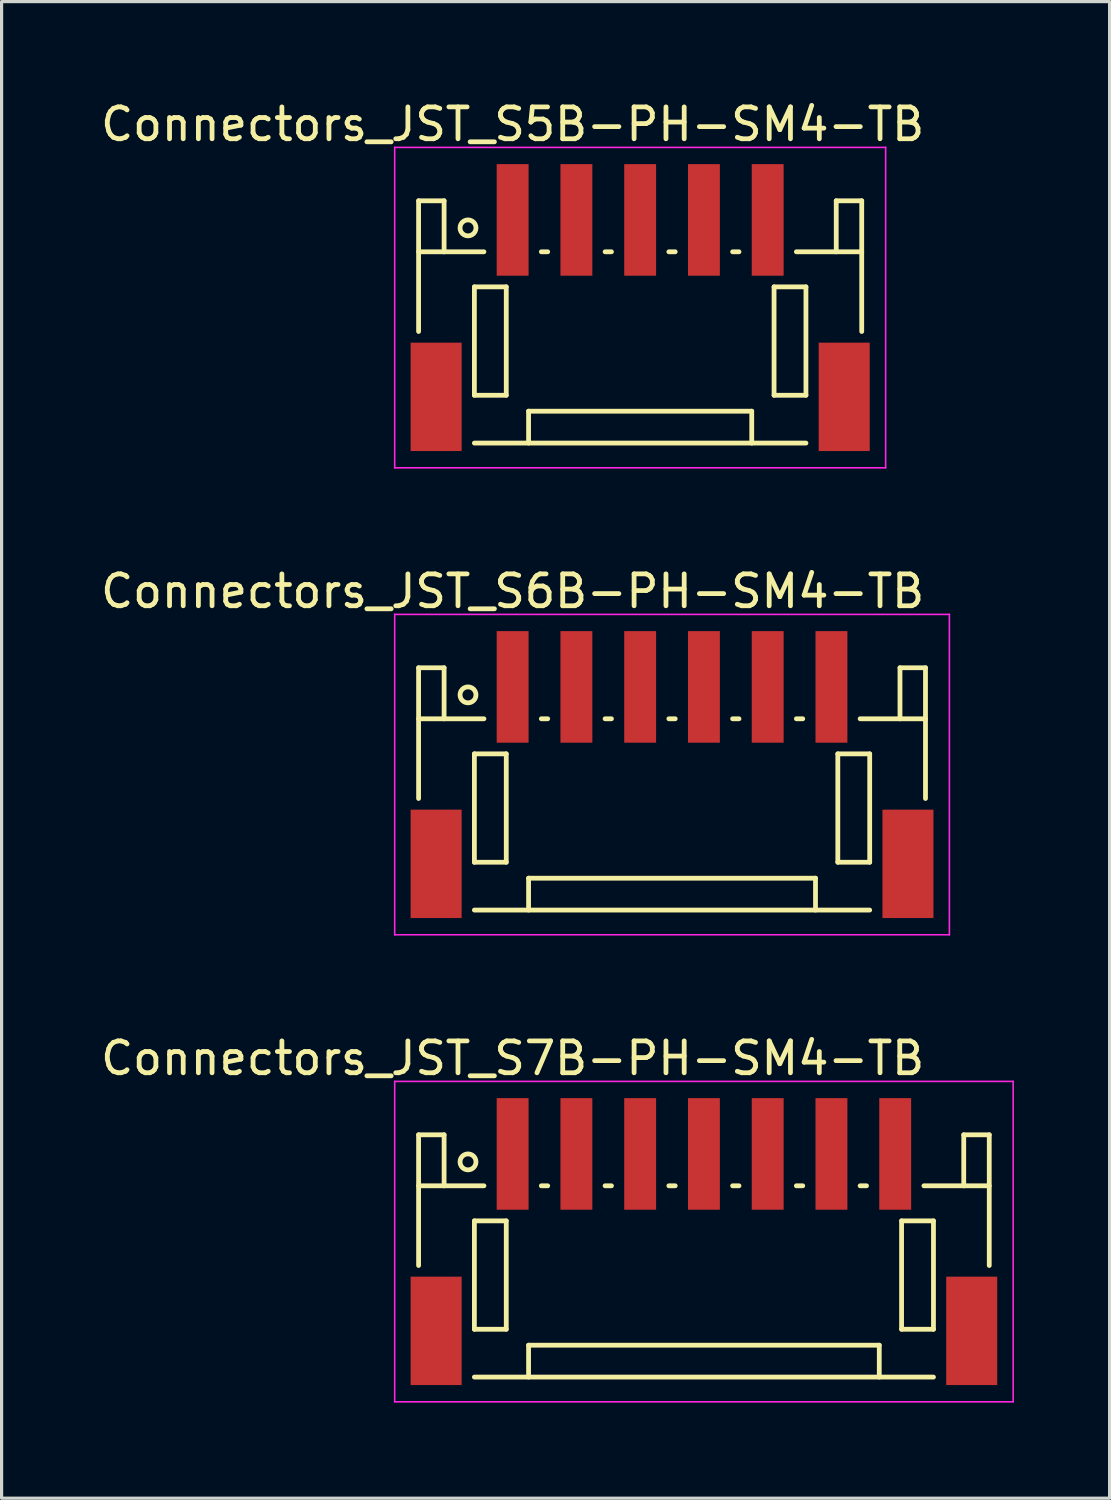
<source format=kicad_pcb>
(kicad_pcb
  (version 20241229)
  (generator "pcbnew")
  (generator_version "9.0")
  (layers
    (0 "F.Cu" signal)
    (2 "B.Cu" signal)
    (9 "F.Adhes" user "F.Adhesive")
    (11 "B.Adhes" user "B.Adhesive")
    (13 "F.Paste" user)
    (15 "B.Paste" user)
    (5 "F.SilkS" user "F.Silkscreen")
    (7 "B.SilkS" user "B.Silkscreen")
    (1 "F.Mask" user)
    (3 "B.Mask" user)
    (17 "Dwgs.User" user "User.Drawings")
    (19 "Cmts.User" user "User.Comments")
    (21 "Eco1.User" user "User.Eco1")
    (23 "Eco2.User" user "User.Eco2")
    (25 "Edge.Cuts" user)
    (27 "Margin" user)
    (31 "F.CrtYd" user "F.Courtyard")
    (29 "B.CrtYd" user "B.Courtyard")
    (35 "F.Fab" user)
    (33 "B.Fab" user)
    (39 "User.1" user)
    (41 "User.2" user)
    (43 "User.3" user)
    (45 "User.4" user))
  (footprint "Connectors_JST_S7B-PH-SM4-TB"
    (layer "F.Cu")
    (at 19.03 35.92)
    (property "Reference" "Connectors_JST_S7B-PH-SM4-TB" (at -6 -5.775 0) (layer "F.SilkS") (effects (font (size 1 1) (thickness 0.15))))
    (attr smd)
    (fp_line (start -8.95 -3.375) (end -8.95 0.725) (stroke (width 0.15) (type solid)) (layer "F.SilkS"))
    (fp_line (start -8.15 -3.375) (end -8.95 -3.375) (stroke (width 0.15) (type solid)) (layer "F.SilkS"))
    (fp_line (start -8.15 -1.775) (end -8.95 -1.775) (stroke (width 0.15) (type solid)) (layer "F.SilkS"))
    (fp_line (start -8.15 -1.775) (end -8.15 -3.375) (stroke (width 0.15) (type solid)) (layer "F.SilkS"))
    (fp_line (start -7.2 -0.675) (end -7.2 2.725) (stroke (width 0.15) (type solid)) (layer "F.SilkS"))
    (fp_line (start -7.2 2.725) (end -6.2 2.725) (stroke (width 0.15) (type solid)) (layer "F.SilkS"))
    (fp_line (start -7.2 4.225) (end 7.2 4.225) (stroke (width 0.15) (type solid)) (layer "F.SilkS"))
    (fp_line (start -6.9 -1.775) (end -8.15 -1.775) (stroke (width 0.15) (type solid)) (layer "F.SilkS"))
    (fp_line (start -6.2 -0.675) (end -7.2 -0.675) (stroke (width 0.15) (type solid)) (layer "F.SilkS"))
    (fp_line (start -6.2 2.725) (end -6.2 -0.675) (stroke (width 0.15) (type solid)) (layer "F.SilkS"))
    (fp_line (start -5.5 3.225) (end 5.5 3.225) (stroke (width 0.15) (type solid)) (layer "F.SilkS"))
    (fp_line (start -5.5 4.225) (end -5.5 3.225) (stroke (width 0.15) (type solid)) (layer "F.SilkS"))
    (fp_line (start -5.1 -1.775) (end -4.9 -1.775) (stroke (width 0.15) (type solid)) (layer "F.SilkS"))
    (fp_line (start -3.1 -1.775) (end -2.9 -1.775) (stroke (width 0.15) (type solid)) (layer "F.SilkS"))
    (fp_line (start -1.1 -1.775) (end -0.9 -1.775) (stroke (width 0.15) (type solid)) (layer "F.SilkS"))
    (fp_line (start 0.9 -1.775) (end 1.1 -1.775) (stroke (width 0.15) (type solid)) (layer "F.SilkS"))
    (fp_line (start 2.9 -1.775) (end 3.1 -1.775) (stroke (width 0.15) (type solid)) (layer "F.SilkS"))
    (fp_line (start 4.9 -1.775) (end 5.1 -1.775) (stroke (width 0.15) (type solid)) (layer "F.SilkS"))
    (fp_line (start 5.5 3.225) (end 5.5 4.225) (stroke (width 0.15) (type solid)) (layer "F.SilkS"))
    (fp_line (start 6.2 -0.675) (end 7.2 -0.675) (stroke (width 0.15) (type solid)) (layer "F.SilkS"))
    (fp_line (start 6.2 2.725) (end 6.2 -0.675) (stroke (width 0.15) (type solid)) (layer "F.SilkS"))
    (fp_line (start 6.9 -1.775) (end 8.15 -1.775) (stroke (width 0.15) (type solid)) (layer "F.SilkS"))
    (fp_line (start 7.2 -0.675) (end 7.2 2.725) (stroke (width 0.15) (type solid)) (layer "F.SilkS"))
    (fp_line (start 7.2 2.725) (end 6.2 2.725) (stroke (width 0.15) (type solid)) (layer "F.SilkS"))
    (fp_line (start 8.15 -3.375) (end 8.95 -3.375) (stroke (width 0.15) (type solid)) (layer "F.SilkS"))
    (fp_line (start 8.15 -1.775) (end 8.15 -3.375) (stroke (width 0.15) (type solid)) (layer "F.SilkS"))
    (fp_line (start 8.15 -1.775) (end 8.95 -1.775) (stroke (width 0.15) (type solid)) (layer "F.SilkS"))
    (fp_line (start 8.95 -3.375) (end 8.95 0.725) (stroke (width 0.15) (type solid)) (layer "F.SilkS"))
    (fp_circle (center -7.4 -2.525) (end -7.15 -2.525) (stroke (width 0.15) (type solid)) (fill no) (layer "F.SilkS"))
    (fp_line (start -9.7 -5.05) (end 9.7 -5.05) (stroke (width 0.05) (type solid)) (layer "F.CrtYd"))
    (fp_line (start -9.7 5) (end -9.7 -5.05) (stroke (width 0.05) (type solid)) (layer "F.CrtYd"))
    (fp_line (start 9.7 -5.05) (end 9.7 5) (stroke (width 0.05) (type solid)) (layer "F.CrtYd"))
    (fp_line (start 9.7 5) (end -9.7 5) (stroke (width 0.05) (type solid)) (layer "F.CrtYd"))
    (pad "" smd rect (at -8.4 2.775) (size 1.6 3.4) (layers "F.Cu" "F.Mask" "F.Paste"))
    (pad "" smd rect (at 8.4 2.775) (size 1.6 3.4) (layers "F.Cu" "F.Mask" "F.Paste"))
    (pad "1" smd rect (at -6 -2.775) (size 1 3.5) (layers "F.Cu" "F.Mask" "F.Paste"))
    (pad "2" smd rect (at -4 -2.775) (size 1 3.5) (layers "F.Cu" "F.Mask" "F.Paste"))
    (pad "3" smd rect (at -2 -2.775) (size 1 3.5) (layers "F.Cu" "F.Mask" "F.Paste"))
    (pad "4" smd rect (at 0 -2.775) (size 1 3.5) (layers "F.Cu" "F.Mask" "F.Paste"))
    (pad "5" smd rect (at 2 -2.775) (size 1 3.5) (layers "F.Cu" "F.Mask" "F.Paste"))
    (pad "6" smd rect (at 4 -2.775) (size 1 3.5) (layers "F.Cu" "F.Mask" "F.Paste"))
    (pad "7" smd rect (at 6 -2.775) (size 1 3.5) (layers "F.Cu" "F.Mask" "F.Paste")))
  (footprint "Connectors_JST_S5B-PH-SM4-TB"
    (layer "F.Cu")
    (at 17.03 6.623)
    (property "Reference" "Connectors_JST_S5B-PH-SM4-TB" (at -4 -5.775 0) (layer "F.SilkS") (effects (font (size 1 1) (thickness 0.15))))
    (attr smd)
    (fp_line (start -6.95 -3.375) (end -6.95 0.725) (stroke (width 0.15) (type solid)) (layer "F.SilkS"))
    (fp_line (start -6.15 -3.375) (end -6.95 -3.375) (stroke (width 0.15) (type solid)) (layer "F.SilkS"))
    (fp_line (start -6.15 -1.775) (end -6.95 -1.775) (stroke (width 0.15) (type solid)) (layer "F.SilkS"))
    (fp_line (start -6.15 -1.775) (end -6.15 -3.375) (stroke (width 0.15) (type solid)) (layer "F.SilkS"))
    (fp_line (start -5.2 -0.675) (end -5.2 2.725) (stroke (width 0.15) (type solid)) (layer "F.SilkS"))
    (fp_line (start -5.2 2.725) (end -4.2 2.725) (stroke (width 0.15) (type solid)) (layer "F.SilkS"))
    (fp_line (start -5.2 4.225) (end 5.2 4.225) (stroke (width 0.15) (type solid)) (layer "F.SilkS"))
    (fp_line (start -4.9 -1.775) (end -6.15 -1.775) (stroke (width 0.15) (type solid)) (layer "F.SilkS"))
    (fp_line (start -4.2 -0.675) (end -5.2 -0.675) (stroke (width 0.15) (type solid)) (layer "F.SilkS"))
    (fp_line (start -4.2 2.725) (end -4.2 -0.675) (stroke (width 0.15) (type solid)) (layer "F.SilkS"))
    (fp_line (start -3.5 3.225) (end 3.5 3.225) (stroke (width 0.15) (type solid)) (layer "F.SilkS"))
    (fp_line (start -3.5 4.225) (end -3.5 3.225) (stroke (width 0.15) (type solid)) (layer "F.SilkS"))
    (fp_line (start -3.1 -1.775) (end -2.9 -1.775) (stroke (width 0.15) (type solid)) (layer "F.SilkS"))
    (fp_line (start -1.1 -1.775) (end -0.9 -1.775) (stroke (width 0.15) (type solid)) (layer "F.SilkS"))
    (fp_line (start 0.9 -1.775) (end 1.1 -1.775) (stroke (width 0.15) (type solid)) (layer "F.SilkS"))
    (fp_line (start 2.9 -1.775) (end 3.1 -1.775) (stroke (width 0.15) (type solid)) (layer "F.SilkS"))
    (fp_line (start 3.5 3.225) (end 3.5 4.225) (stroke (width 0.15) (type solid)) (layer "F.SilkS"))
    (fp_line (start 4.2 -0.675) (end 5.2 -0.675) (stroke (width 0.15) (type solid)) (layer "F.SilkS"))
    (fp_line (start 4.2 2.725) (end 4.2 -0.675) (stroke (width 0.15) (type solid)) (layer "F.SilkS"))
    (fp_line (start 4.9 -1.775) (end 6.15 -1.775) (stroke (width 0.15) (type solid)) (layer "F.SilkS"))
    (fp_line (start 5.2 -0.675) (end 5.2 2.725) (stroke (width 0.15) (type solid)) (layer "F.SilkS"))
    (fp_line (start 5.2 2.725) (end 4.2 2.725) (stroke (width 0.15) (type solid)) (layer "F.SilkS"))
    (fp_line (start 6.15 -3.375) (end 6.95 -3.375) (stroke (width 0.15) (type solid)) (layer "F.SilkS"))
    (fp_line (start 6.15 -1.775) (end 6.15 -3.375) (stroke (width 0.15) (type solid)) (layer "F.SilkS"))
    (fp_line (start 6.15 -1.775) (end 6.95 -1.775) (stroke (width 0.15) (type solid)) (layer "F.SilkS"))
    (fp_line (start 6.95 -3.375) (end 6.95 0.725) (stroke (width 0.15) (type solid)) (layer "F.SilkS"))
    (fp_circle (center -5.4 -2.525) (end -5.15 -2.525) (stroke (width 0.15) (type solid)) (fill no) (layer "F.SilkS"))
    (fp_line (start -7.7 -5.05) (end 7.7 -5.05) (stroke (width 0.05) (type solid)) (layer "F.CrtYd"))
    (fp_line (start -7.7 5) (end -7.7 -5.05) (stroke (width 0.05) (type solid)) (layer "F.CrtYd"))
    (fp_line (start 7.7 -5.05) (end 7.7 5) (stroke (width 0.05) (type solid)) (layer "F.CrtYd"))
    (fp_line (start 7.7 5) (end -7.7 5) (stroke (width 0.05) (type solid)) (layer "F.CrtYd"))
    (pad "" smd rect (at -6.4 2.775) (size 1.6 3.4) (layers "F.Cu" "F.Mask" "F.Paste"))
    (pad "" smd rect (at 6.4 2.775) (size 1.6 3.4) (layers "F.Cu" "F.Mask" "F.Paste"))
    (pad "1" smd rect (at -4 -2.775) (size 1 3.5) (layers "F.Cu" "F.Mask" "F.Paste"))
    (pad "2" smd rect (at -2 -2.775) (size 1 3.5) (layers "F.Cu" "F.Mask" "F.Paste"))
    (pad "3" smd rect (at 0 -2.775) (size 1 3.5) (layers "F.Cu" "F.Mask" "F.Paste"))
    (pad "4" smd rect (at 2 -2.775) (size 1 3.5) (layers "F.Cu" "F.Mask" "F.Paste"))
    (pad "5" smd rect (at 4 -2.775) (size 1 3.5) (layers "F.Cu" "F.Mask" "F.Paste")))
  (footprint "Connectors_JST_S6B-PH-SM4-TB"
    (layer "F.Cu")
    (at 18.03 21.271)
    (property "Reference" "Connectors_JST_S6B-PH-SM4-TB" (at -5 -5.775 0) (layer "F.SilkS") (effects (font (size 1 1) (thickness 0.15))))
    (attr smd)
    (fp_line (start -7.95 -3.375) (end -7.95 0.725) (stroke (width 0.15) (type solid)) (layer "F.SilkS"))
    (fp_line (start -7.15 -3.375) (end -7.95 -3.375) (stroke (width 0.15) (type solid)) (layer "F.SilkS"))
    (fp_line (start -7.15 -1.775) (end -7.95 -1.775) (stroke (width 0.15) (type solid)) (layer "F.SilkS"))
    (fp_line (start -7.15 -1.775) (end -7.15 -3.375) (stroke (width 0.15) (type solid)) (layer "F.SilkS"))
    (fp_line (start -6.2 -0.675) (end -6.2 2.725) (stroke (width 0.15) (type solid)) (layer "F.SilkS"))
    (fp_line (start -6.2 2.725) (end -5.2 2.725) (stroke (width 0.15) (type solid)) (layer "F.SilkS"))
    (fp_line (start -6.2 4.225) (end 6.2 4.225) (stroke (width 0.15) (type solid)) (layer "F.SilkS"))
    (fp_line (start -5.9 -1.775) (end -7.15 -1.775) (stroke (width 0.15) (type solid)) (layer "F.SilkS"))
    (fp_line (start -5.2 -0.675) (end -6.2 -0.675) (stroke (width 0.15) (type solid)) (layer "F.SilkS"))
    (fp_line (start -5.2 2.725) (end -5.2 -0.675) (stroke (width 0.15) (type solid)) (layer "F.SilkS"))
    (fp_line (start -4.5 3.225) (end 4.5 3.225) (stroke (width 0.15) (type solid)) (layer "F.SilkS"))
    (fp_line (start -4.5 4.225) (end -4.5 3.225) (stroke (width 0.15) (type solid)) (layer "F.SilkS"))
    (fp_line (start -4.1 -1.775) (end -3.9 -1.775) (stroke (width 0.15) (type solid)) (layer "F.SilkS"))
    (fp_line (start -2.1 -1.775) (end -1.9 -1.775) (stroke (width 0.15) (type solid)) (layer "F.SilkS"))
    (fp_line (start -0.1 -1.775) (end 0.1 -1.775) (stroke (width 0.15) (type solid)) (layer "F.SilkS"))
    (fp_line (start 1.9 -1.775) (end 2.1 -1.775) (stroke (width 0.15) (type solid)) (layer "F.SilkS"))
    (fp_line (start 3.9 -1.775) (end 4.1 -1.775) (stroke (width 0.15) (type solid)) (layer "F.SilkS"))
    (fp_line (start 4.5 3.225) (end 4.5 4.225) (stroke (width 0.15) (type solid)) (layer "F.SilkS"))
    (fp_line (start 5.2 -0.675) (end 6.2 -0.675) (stroke (width 0.15) (type solid)) (layer "F.SilkS"))
    (fp_line (start 5.2 2.725) (end 5.2 -0.675) (stroke (width 0.15) (type solid)) (layer "F.SilkS"))
    (fp_line (start 5.9 -1.775) (end 7.15 -1.775) (stroke (width 0.15) (type solid)) (layer "F.SilkS"))
    (fp_line (start 6.2 -0.675) (end 6.2 2.725) (stroke (width 0.15) (type solid)) (layer "F.SilkS"))
    (fp_line (start 6.2 2.725) (end 5.2 2.725) (stroke (width 0.15) (type solid)) (layer "F.SilkS"))
    (fp_line (start 7.15 -3.375) (end 7.95 -3.375) (stroke (width 0.15) (type solid)) (layer "F.SilkS"))
    (fp_line (start 7.15 -1.775) (end 7.15 -3.375) (stroke (width 0.15) (type solid)) (layer "F.SilkS"))
    (fp_line (start 7.15 -1.775) (end 7.95 -1.775) (stroke (width 0.15) (type solid)) (layer "F.SilkS"))
    (fp_line (start 7.95 -3.375) (end 7.95 0.725) (stroke (width 0.15) (type solid)) (layer "F.SilkS"))
    (fp_circle (center -6.4 -2.525) (end -6.15 -2.525) (stroke (width 0.15) (type solid)) (fill no) (layer "F.SilkS"))
    (fp_line (start -8.7 -5.05) (end 8.7 -5.05) (stroke (width 0.05) (type solid)) (layer "F.CrtYd"))
    (fp_line (start -8.7 5) (end -8.7 -5.05) (stroke (width 0.05) (type solid)) (layer "F.CrtYd"))
    (fp_line (start 8.7 -5.05) (end 8.7 5) (stroke (width 0.05) (type solid)) (layer "F.CrtYd"))
    (fp_line (start 8.7 5) (end -8.7 5) (stroke (width 0.05) (type solid)) (layer "F.CrtYd"))
    (pad "" smd rect (at -7.4 2.775) (size 1.6 3.4) (layers "F.Cu" "F.Mask" "F.Paste"))
    (pad "" smd rect (at 7.4 2.775) (size 1.6 3.4) (layers "F.Cu" "F.Mask" "F.Paste"))
    (pad "1" smd rect (at -5 -2.775) (size 1 3.5) (layers "F.Cu" "F.Mask" "F.Paste"))
    (pad "2" smd rect (at -3 -2.775) (size 1 3.5) (layers "F.Cu" "F.Mask" "F.Paste"))
    (pad "3" smd rect (at -1 -2.775) (size 1 3.5) (layers "F.Cu" "F.Mask" "F.Paste"))
    (pad "4" smd rect (at 1 -2.775) (size 1 3.5) (layers "F.Cu" "F.Mask" "F.Paste"))
    (pad "5" smd rect (at 3 -2.775) (size 1 3.5) (layers "F.Cu" "F.Mask" "F.Paste"))
    (pad "6" smd rect (at 5 -2.775) (size 1 3.5) (layers "F.Cu" "F.Mask" "F.Paste")))
  (gr_rect
    (start -3 -3)
    (end 31.755 43.945)
    (stroke (width 0.1) (type default))
    (fill no)
    (layer "Edge.Cuts")))
</source>
